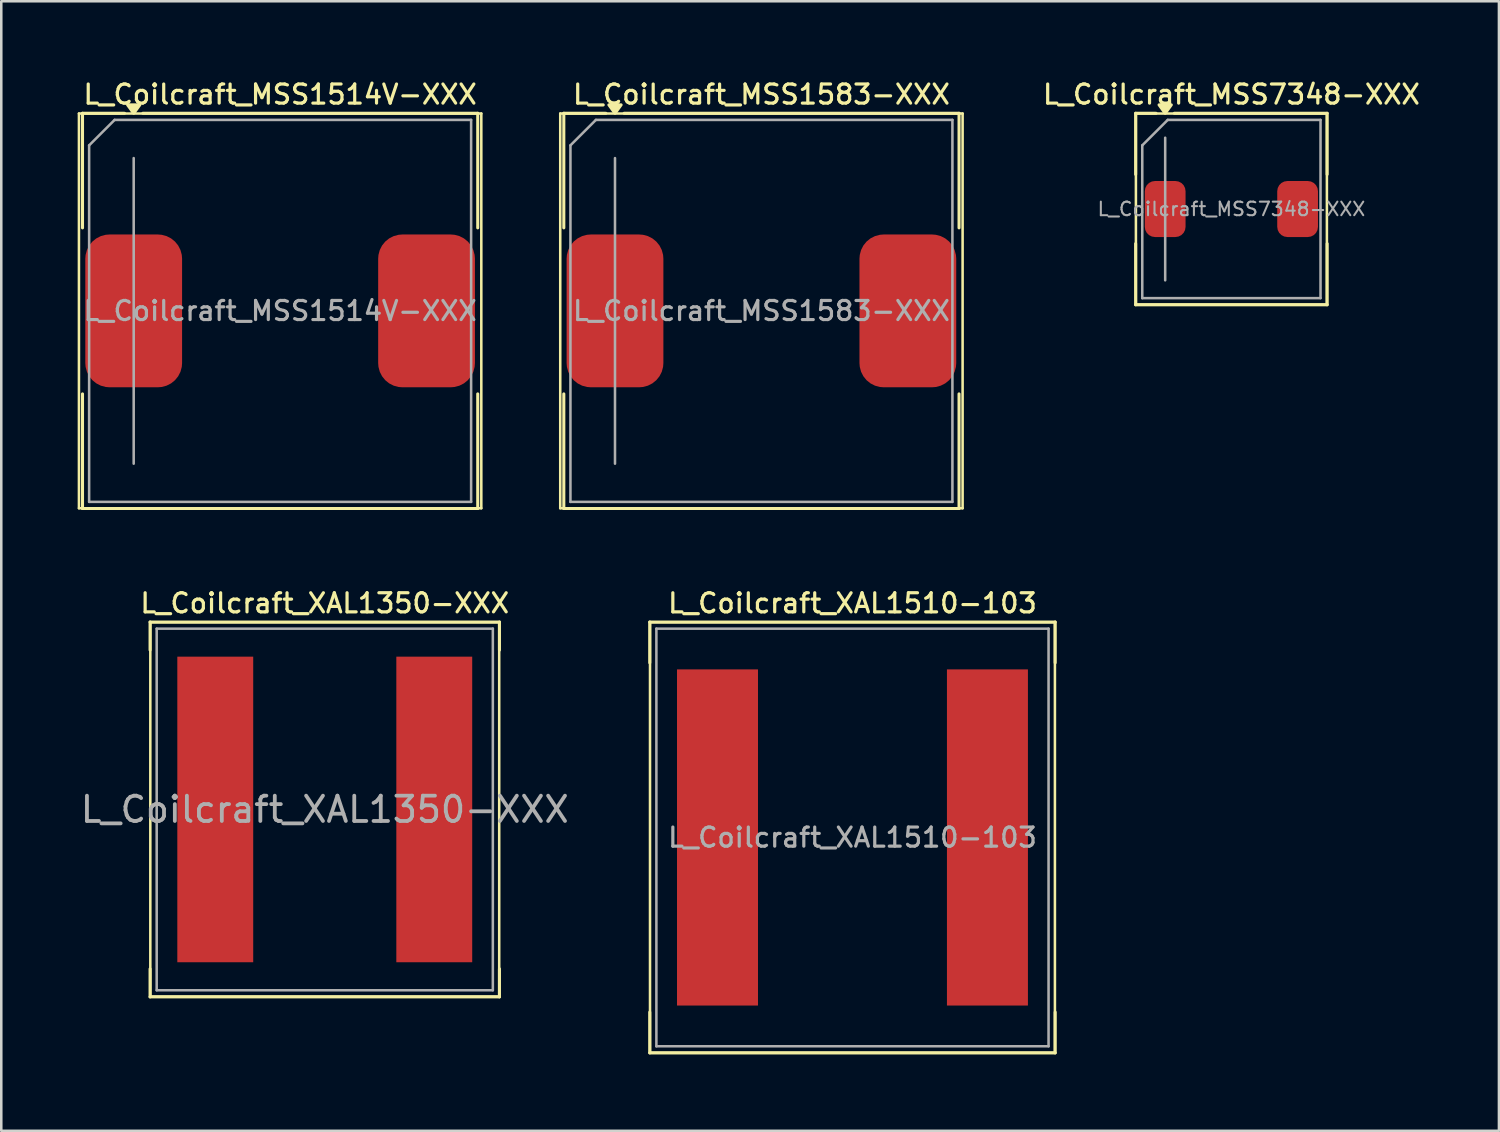
<source format=kicad_pcb>
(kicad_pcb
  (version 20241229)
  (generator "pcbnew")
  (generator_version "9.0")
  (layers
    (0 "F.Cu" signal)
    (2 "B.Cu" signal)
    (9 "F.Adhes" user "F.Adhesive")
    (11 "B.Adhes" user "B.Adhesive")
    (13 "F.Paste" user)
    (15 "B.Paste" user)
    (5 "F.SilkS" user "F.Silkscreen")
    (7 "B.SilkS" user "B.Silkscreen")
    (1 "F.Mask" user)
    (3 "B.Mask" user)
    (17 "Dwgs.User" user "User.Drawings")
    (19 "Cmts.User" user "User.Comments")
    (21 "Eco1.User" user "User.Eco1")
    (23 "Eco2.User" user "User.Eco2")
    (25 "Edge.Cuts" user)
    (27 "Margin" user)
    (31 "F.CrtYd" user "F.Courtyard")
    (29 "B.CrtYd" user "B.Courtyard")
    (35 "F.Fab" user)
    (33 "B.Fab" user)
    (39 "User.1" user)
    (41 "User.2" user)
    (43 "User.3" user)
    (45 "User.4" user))
  (footprint "L_Coilcraft_MSS1514V-XXX"
    (layer "F.Cu")
    (at 7.95 9.158)
    (property "Reference" "L_Coilcraft_MSS1514V-XXX" (at 0 -8.5 0) (layer "F.SilkS") (effects (font (size 0.75 0.75) (thickness 0.125))))
    (attr smd)
    (fp_line (start -7.9 -7.75) (end -7.9 7.75) (stroke (width 0.1) (type solid)) (layer "F.SilkS"))
    (fp_line (start -7.9 7.75) (end 7.9 7.75) (stroke (width 0.1) (type solid)) (layer "F.SilkS"))
    (fp_line (start -7.76 -7.76) (end -7.76 -3.26) (stroke (width 0.12) (type solid)) (layer "F.SilkS"))
    (fp_line (start -7.76 -7.76) (end -6.11 -7.76) (stroke (width 0.12) (type solid)) (layer "F.SilkS"))
    (fp_line (start -7.76 7.76) (end -7.76 3.26) (stroke (width 0.12) (type solid)) (layer "F.SilkS"))
    (fp_line (start -7.76 7.76) (end 7.76 7.76) (stroke (width 0.12) (type solid)) (layer "F.SilkS"))
    (fp_line (start -5.39 -7.76) (end 7.76 -7.76) (stroke (width 0.12) (type solid)) (layer "F.SilkS"))
    (fp_line (start 7.76 -7.76) (end 7.76 -3.26) (stroke (width 0.12) (type solid)) (layer "F.SilkS"))
    (fp_line (start 7.76 7.76) (end 7.76 3.26) (stroke (width 0.12) (type solid)) (layer "F.SilkS"))
    (fp_line (start 7.9 -7.75) (end -7.9 -7.75) (stroke (width 0.1) (type solid)) (layer "F.SilkS"))
    (fp_line (start 7.9 7.75) (end 7.9 -7.75) (stroke (width 0.1) (type solid)) (layer "F.SilkS"))
    (fp_poly (pts (xy -5.75 -7.76) (xy -5.99 -8.09) (xy -5.51 -8.09) (xy -5.75 -7.76)) (stroke (width 0.12) (type solid)) (fill yes) (layer "F.SilkS"))
    (fp_line (start -7.5 -6.5) (end -6.5 -7.5) (stroke (width 0.1) (type solid)) (layer "F.Fab"))
    (fp_line (start -7.5 7.5) (end -7.5 -6.5) (stroke (width 0.1) (type solid)) (layer "F.Fab"))
    (fp_line (start -6.5 -7.5) (end 7.5 -7.5) (stroke (width 0.1) (type solid)) (layer "F.Fab"))
    (fp_line (start -5.75 6) (end -5.75 -6) (stroke (width 0.1) (type solid)) (layer "F.Fab"))
    (fp_line (start 7.5 -7.5) (end 7.5 7.5) (stroke (width 0.1) (type solid)) (layer "F.Fab"))
    (fp_line (start 7.5 7.5) (end -7.5 7.5) (stroke (width 0.1) (type solid)) (layer "F.Fab"))
    (fp_text user "${REFERENCE}" (at 0 0 0) (layer "F.Fab") (effects (font (size 0.75 0.75) (thickness 0.125))))
    (pad "1" smd roundrect (at -5.75 0) (size 3.8 6) (layers "F.Cu" "F.Mask" "F.Paste") (roundrect_rratio 0.25))
    (pad "2" smd roundrect (at 5.75 0) (size 3.8 6) (layers "F.Cu" "F.Mask" "F.Paste") (roundrect_rratio 0.25)))
  (footprint "L_Coilcraft_XAL1350-XXX"
    (layer "F.Cu")
    (at 9.703 28.736)
    (property "Reference" "L_Coilcraft_XAL1350-XXX" (at 0 -8.1 0) (layer "F.SilkS") (effects (font (size 0.75 0.75) (thickness 0.125))))
    (attr smd)
    (fp_line (start -6.86 -7.36) (end -6.86 -6.26) (stroke (width 0.12) (type solid)) (layer "F.SilkS"))
    (fp_line (start -6.86 -7.36) (end 6.86 -7.36) (stroke (width 0.12) (type solid)) (layer "F.SilkS"))
    (fp_line (start -6.86 7.36) (end -6.86 6.26) (stroke (width 0.12) (type solid)) (layer "F.SilkS"))
    (fp_line (start -6.86 7.36) (end 6.86 7.36) (stroke (width 0.12) (type solid)) (layer "F.SilkS"))
    (fp_line (start -6.85 -7.35) (end -6.85 7.35) (stroke (width 0.1) (type solid)) (layer "F.SilkS"))
    (fp_line (start -6.85 7.35) (end 6.85 7.35) (stroke (width 0.1) (type solid)) (layer "F.SilkS"))
    (fp_line (start 6.85 -7.35) (end -6.85 -7.35) (stroke (width 0.1) (type solid)) (layer "F.SilkS"))
    (fp_line (start 6.85 7.35) (end 6.85 -7.35) (stroke (width 0.1) (type solid)) (layer "F.SilkS"))
    (fp_line (start 6.86 -7.36) (end 6.86 -6.26) (stroke (width 0.12) (type solid)) (layer "F.SilkS"))
    (fp_line (start 6.86 7.36) (end 6.86 6.26) (stroke (width 0.12) (type solid)) (layer "F.SilkS"))
    (fp_line (start -6.6 -7.1) (end -6.6 7.1) (stroke (width 0.1) (type solid)) (layer "F.Fab"))
    (fp_line (start -6.6 7.1) (end 6.6 7.1) (stroke (width 0.1) (type solid)) (layer "F.Fab"))
    (fp_line (start 6.6 -7.1) (end -6.6 -7.1) (stroke (width 0.1) (type solid)) (layer "F.Fab"))
    (fp_line (start 6.6 7.1) (end 6.6 -7.1) (stroke (width 0.1) (type solid)) (layer "F.Fab"))
    (fp_text user "${REFERENCE}" (at 0 0 0) (layer "F.Fab") (effects (font (size 0.993 0.993) (thickness 0.149))))
    (pad "1" smd rect (at -4.3 0) (size 2.98 12) (layers "F.Cu" "F.Mask" "F.Paste"))
    (pad "2" smd rect (at 4.3 0) (size 2.98 12) (layers "F.Cu" "F.Mask" "F.Paste")))
  (footprint "L_Coilcraft_XAL1510-103"
    (layer "F.Cu")
    (at 30.425 29.836)
    (property "Reference" "L_Coilcraft_XAL1510-103" (at 0 -9.2 0) (layer "F.SilkS") (effects (font (size 0.75 0.75) (thickness 0.125))))
    (attr smd)
    (fp_line (start -7.96 -8.46) (end -7.96 -6.86) (stroke (width 0.12) (type solid)) (layer "F.SilkS"))
    (fp_line (start -7.96 -8.46) (end 7.96 -8.46) (stroke (width 0.12) (type solid)) (layer "F.SilkS"))
    (fp_line (start -7.96 8.46) (end -7.96 6.86) (stroke (width 0.12) (type solid)) (layer "F.SilkS"))
    (fp_line (start -7.96 8.46) (end 7.96 8.46) (stroke (width 0.12) (type solid)) (layer "F.SilkS"))
    (fp_line (start -7.95 -8.45) (end -7.95 8.45) (stroke (width 0.1) (type solid)) (layer "F.SilkS"))
    (fp_line (start -7.95 8.45) (end 7.95 8.45) (stroke (width 0.1) (type solid)) (layer "F.SilkS"))
    (fp_line (start 7.95 -8.45) (end -7.95 -8.45) (stroke (width 0.1) (type solid)) (layer "F.SilkS"))
    (fp_line (start 7.95 8.45) (end 7.95 -8.45) (stroke (width 0.1) (type solid)) (layer "F.SilkS"))
    (fp_line (start 7.96 -8.46) (end 7.96 -6.86) (stroke (width 0.12) (type solid)) (layer "F.SilkS"))
    (fp_line (start 7.96 8.46) (end 7.96 6.86) (stroke (width 0.12) (type solid)) (layer "F.SilkS"))
    (fp_line (start -7.7 -8.2) (end -7.7 8.2) (stroke (width 0.1) (type solid)) (layer "F.Fab"))
    (fp_line (start -7.7 8.2) (end 7.7 8.2) (stroke (width 0.1) (type solid)) (layer "F.Fab"))
    (fp_line (start 7.7 -8.2) (end -7.7 -8.2) (stroke (width 0.1) (type solid)) (layer "F.Fab"))
    (fp_line (start 7.7 8.2) (end 7.7 -8.2) (stroke (width 0.1) (type solid)) (layer "F.Fab"))
    (fp_text user "${REFERENCE}" (at 0 0 0) (layer "F.Fab") (effects (font (size 0.75 0.75) (thickness 0.125))))
    (pad "1" smd rect (at -5.3 0) (size 3.18 13.2) (layers "F.Cu" "F.Mask" "F.Paste"))
    (pad "2" smd rect (at 5.3 0) (size 3.18 13.2) (layers "F.Cu" "F.Mask" "F.Paste")))
  (footprint "L_Coilcraft_MSS1583-XXX"
    (layer "F.Cu")
    (at 26.85 9.158)
    (property "Reference" "L_Coilcraft_MSS1583-XXX" (at 0 -8.5 0) (layer "F.SilkS") (effects (font (size 0.75 0.75) (thickness 0.125))))
    (attr smd)
    (fp_line (start -7.9 -7.75) (end -7.9 7.75) (stroke (width 0.1) (type solid)) (layer "F.SilkS"))
    (fp_line (start -7.9 7.75) (end 7.9 7.75) (stroke (width 0.1) (type solid)) (layer "F.SilkS"))
    (fp_line (start -7.76 -7.76) (end -7.76 -3.26) (stroke (width 0.12) (type solid)) (layer "F.SilkS"))
    (fp_line (start -7.76 -7.76) (end -6.11 -7.76) (stroke (width 0.12) (type solid)) (layer "F.SilkS"))
    (fp_line (start -7.76 7.76) (end -7.76 3.26) (stroke (width 0.12) (type solid)) (layer "F.SilkS"))
    (fp_line (start -7.76 7.76) (end 7.76 7.76) (stroke (width 0.12) (type solid)) (layer "F.SilkS"))
    (fp_line (start -5.39 -7.76) (end 7.76 -7.76) (stroke (width 0.12) (type solid)) (layer "F.SilkS"))
    (fp_line (start 7.76 -7.76) (end 7.76 -3.26) (stroke (width 0.12) (type solid)) (layer "F.SilkS"))
    (fp_line (start 7.76 7.76) (end 7.76 3.26) (stroke (width 0.12) (type solid)) (layer "F.SilkS"))
    (fp_line (start 7.9 -7.75) (end -7.9 -7.75) (stroke (width 0.1) (type solid)) (layer "F.SilkS"))
    (fp_line (start 7.9 7.75) (end 7.9 -7.75) (stroke (width 0.1) (type solid)) (layer "F.SilkS"))
    (fp_poly (pts (xy -5.75 -7.76) (xy -5.99 -8.09) (xy -5.51 -8.09) (xy -5.75 -7.76)) (stroke (width 0.12) (type solid)) (fill yes) (layer "F.SilkS"))
    (fp_line (start -7.5 -6.5) (end -6.5 -7.5) (stroke (width 0.1) (type solid)) (layer "F.Fab"))
    (fp_line (start -7.5 7.5) (end -7.5 -6.5) (stroke (width 0.1) (type solid)) (layer "F.Fab"))
    (fp_line (start -6.5 -7.5) (end 7.5 -7.5) (stroke (width 0.1) (type solid)) (layer "F.Fab"))
    (fp_line (start -5.75 6) (end -5.75 -6) (stroke (width 0.1) (type solid)) (layer "F.Fab"))
    (fp_line (start 7.5 -7.5) (end 7.5 7.5) (stroke (width 0.1) (type solid)) (layer "F.Fab"))
    (fp_line (start 7.5 7.5) (end -7.5 7.5) (stroke (width 0.1) (type solid)) (layer "F.Fab"))
    (fp_text user "${REFERENCE}" (at 0 0 0) (layer "F.Fab") (effects (font (size 0.75 0.75) (thickness 0.125))))
    (pad "1" smd roundrect (at -5.75 0) (size 3.8 6) (layers "F.Cu" "F.Mask" "F.Paste") (roundrect_rratio 0.25))
    (pad "2" smd roundrect (at 5.75 0) (size 3.8 6) (layers "F.Cu" "F.Mask" "F.Paste") (roundrect_rratio 0.25)))
  (footprint "L_Coilcraft_MSS7348-XXX"
    (layer "F.Cu")
    (at 45.305 5.158)
    (property "Reference" "L_Coilcraft_MSS7348-XXX" (at 0 -4.5 0) (layer "F.SilkS") (effects (font (size 0.75 0.75) (thickness 0.125))))
    (attr smd)
    (fp_line (start -3.76 -3.76) (end -3.76 -1.36) (stroke (width 0.12) (type solid)) (layer "F.SilkS"))
    (fp_line (start -3.76 -3.76) (end -2.96 -3.76) (stroke (width 0.12) (type solid)) (layer "F.SilkS"))
    (fp_line (start -3.76 3.76) (end -3.76 1.36) (stroke (width 0.12) (type solid)) (layer "F.SilkS"))
    (fp_line (start -3.76 3.76) (end 3.76 3.76) (stroke (width 0.12) (type solid)) (layer "F.SilkS"))
    (fp_line (start -3.75 -3.75) (end -3.75 3.75) (stroke (width 0.1) (type solid)) (layer "F.SilkS"))
    (fp_line (start -3.75 3.75) (end 3.75 3.75) (stroke (width 0.1) (type solid)) (layer "F.SilkS"))
    (fp_line (start -2.24 -3.76) (end 3.76 -3.76) (stroke (width 0.12) (type solid)) (layer "F.SilkS"))
    (fp_line (start 3.75 -3.75) (end -3.75 -3.75) (stroke (width 0.1) (type solid)) (layer "F.SilkS"))
    (fp_line (start 3.75 3.75) (end 3.75 -3.75) (stroke (width 0.1) (type solid)) (layer "F.SilkS"))
    (fp_line (start 3.76 -3.76) (end 3.76 -1.36) (stroke (width 0.12) (type solid)) (layer "F.SilkS"))
    (fp_line (start 3.76 3.76) (end 3.76 1.36) (stroke (width 0.12) (type solid)) (layer "F.SilkS"))
    (fp_poly (pts (xy -2.6 -3.76) (xy -2.84 -4.09) (xy -2.36 -4.09) (xy -2.6 -3.76)) (stroke (width 0.12) (type solid)) (fill yes) (layer "F.SilkS"))
    (fp_line (start -3.5 -2.5) (end -2.5 -3.5) (stroke (width 0.1) (type solid)) (layer "F.Fab"))
    (fp_line (start -3.5 3.5) (end -3.5 -2.5) (stroke (width 0.1) (type solid)) (layer "F.Fab"))
    (fp_line (start -2.6 2.8) (end -2.6 -2.8) (stroke (width 0.1) (type solid)) (layer "F.Fab"))
    (fp_line (start -2.5 -3.5) (end 3.5 -3.5) (stroke (width 0.1) (type solid)) (layer "F.Fab"))
    (fp_line (start 3.5 -3.5) (end 3.5 3.5) (stroke (width 0.1) (type solid)) (layer "F.Fab"))
    (fp_line (start 3.5 3.5) (end -3.5 3.5) (stroke (width 0.1) (type solid)) (layer "F.Fab"))
    (fp_text user "${REFERENCE}" (at 0 0 0) (layer "F.Fab") (effects (font (size 0.533 0.533) (thickness 0.08))))
    (pad "1" smd roundrect (at -2.6 0) (size 1.6 2.2) (layers "F.Cu" "F.Mask" "F.Paste") (roundrect_rratio 0.25))
    (pad "2" smd roundrect (at 2.6 0) (size 1.6 2.2) (layers "F.Cu" "F.Mask" "F.Paste") (roundrect_rratio 0.25)))
  (gr_rect
    (start -3 -3)
    (end 55.811 41.356)
    (stroke (width 0.1) (type default))
    (fill no)
    (layer "Edge.Cuts")))
</source>
